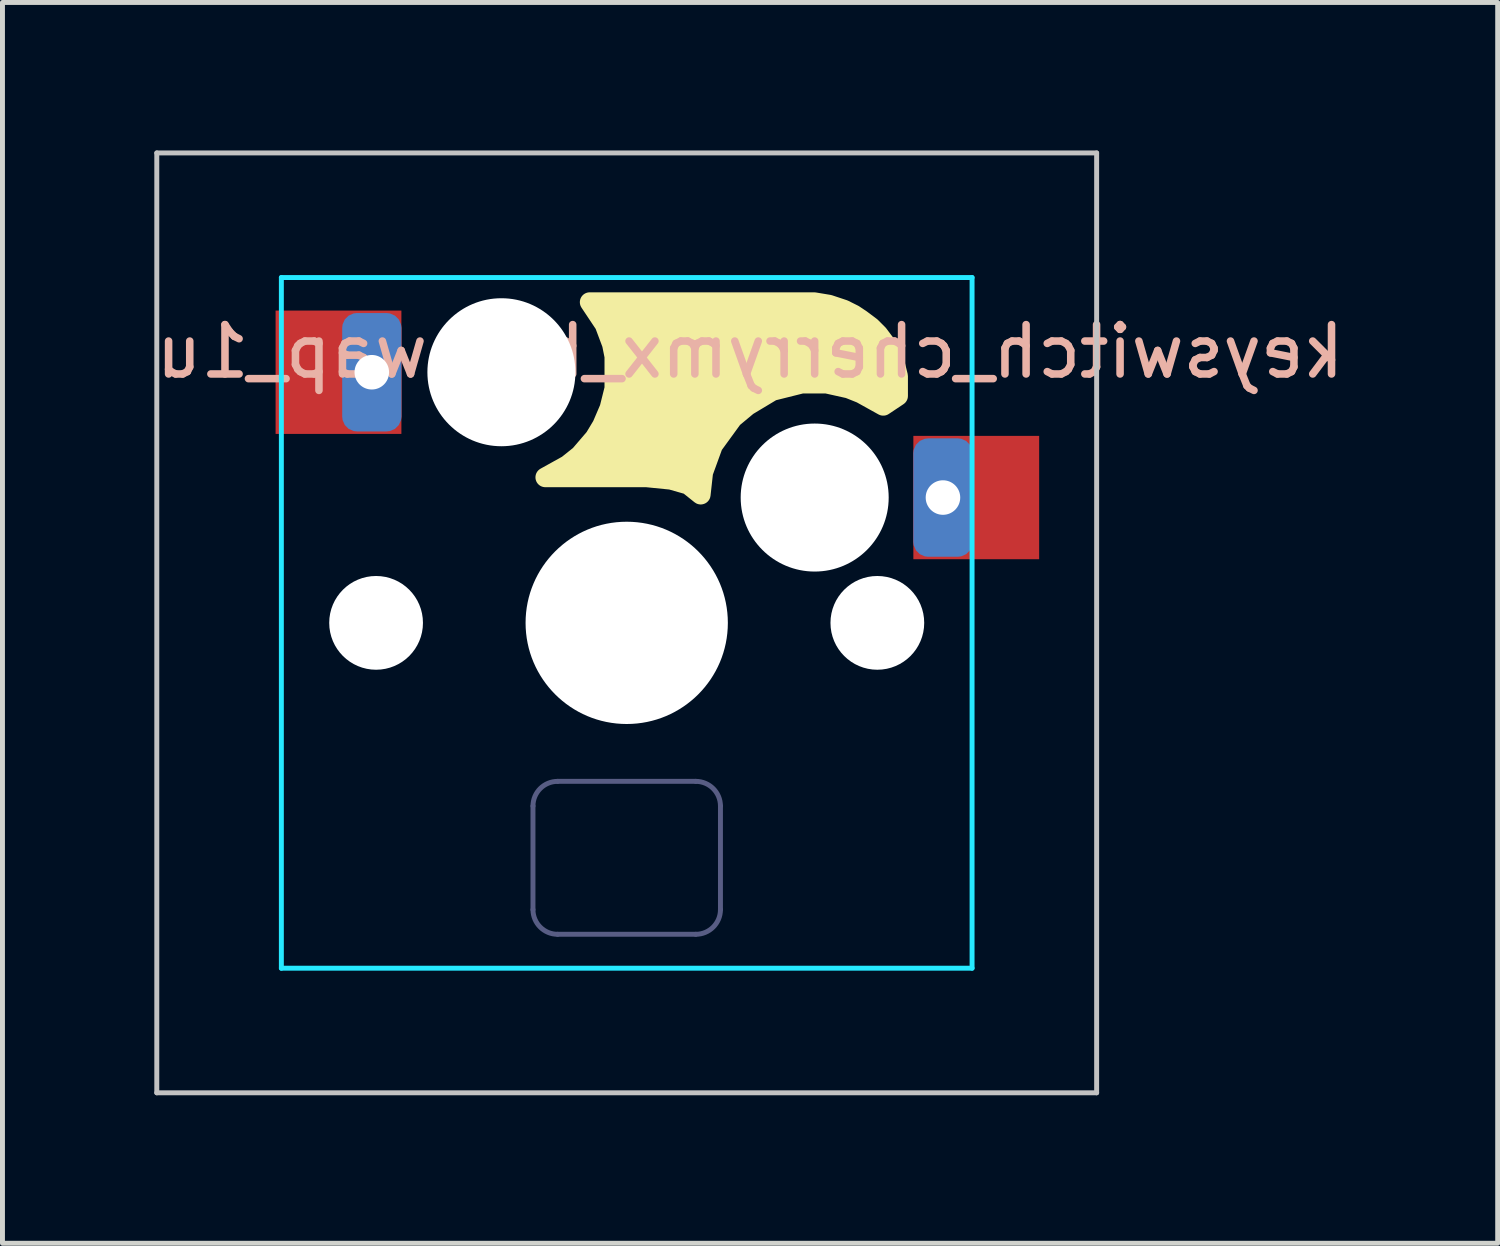
<source format=kicad_pcb>
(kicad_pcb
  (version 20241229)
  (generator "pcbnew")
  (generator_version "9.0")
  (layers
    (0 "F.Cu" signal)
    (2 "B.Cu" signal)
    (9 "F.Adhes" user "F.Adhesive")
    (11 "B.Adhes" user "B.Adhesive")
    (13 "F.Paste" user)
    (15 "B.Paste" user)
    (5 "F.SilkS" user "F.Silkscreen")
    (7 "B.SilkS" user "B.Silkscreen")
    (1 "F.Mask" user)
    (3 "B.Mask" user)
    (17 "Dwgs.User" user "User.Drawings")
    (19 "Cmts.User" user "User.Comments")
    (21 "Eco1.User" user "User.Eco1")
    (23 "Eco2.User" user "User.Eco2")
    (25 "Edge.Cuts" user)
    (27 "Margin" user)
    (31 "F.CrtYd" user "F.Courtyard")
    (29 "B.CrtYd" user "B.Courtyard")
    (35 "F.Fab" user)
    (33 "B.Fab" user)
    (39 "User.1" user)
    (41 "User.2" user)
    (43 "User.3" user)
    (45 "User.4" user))
  (footprint "keyswitch_cherrymx_hotswap_1u"
    (layer "F.Cu")
    (at 9.653 9.575)
    (property "Reference" "keyswitch_cherrymx_hotswap_1u" (at 2.5 -5.5 0) (layer "B.SilkS") (effects (font (size 1 1) (thickness 0.153) (bold yes)) (justify mirror)))
    (attr through_hole)
    (fp_poly (pts (xy 3.6 -6.5) (xy 3.8 -6.5) (xy 4.1 -6.45) (xy 4.4 -6.35) (xy 4.6 -6.25) (xy 4.75 -6.15) (xy 4.95 -6) (xy 5.1 -5.85) (xy 5.25 -5.65) (xy 5.4 -5.4) (xy 5.5 -5) (xy 5.5 -4.6) (xy 5.35 -4.5) (xy 5.2 -4.4) (xy 4.75 -4.65) (xy 4.5 -4.75) (xy 4.05 -4.85) (xy 3.55 -4.85) (xy 2.95 -4.7) (xy 2.45 -4.4) (xy 2.15 -4.15) (xy 1.75 -3.6) (xy 1.55 -3.05) (xy 1.5 -2.6) (xy 1.25 -2.8) (xy 0.9 -2.9) (xy 0.4 -2.95) (xy -1.65 -2.95) (xy -1.2 -3.2) (xy -0.95 -3.4) (xy -0.65 -3.75) (xy -0.5 -4) (xy -0.35 -4.35) (xy -0.25 -4.75) (xy -0.25 -5.05) (xy -0.25 -5.4) (xy -0.3 -5.65) (xy -0.45 -6.05) (xy -0.75 -6.5)) (stroke (width 0.4) (type solid)) (fill yes) (layer "F.SilkS"))
    (fp_line (start -9.525 -9.525) (end -9.525 9.525) (stroke (width 0.1) (type solid)) (layer "Dwgs.User"))
    (fp_line (start -9.525 9.525) (end 9.525 9.525) (stroke (width 0.1) (type solid)) (layer "Dwgs.User"))
    (fp_line (start 9.525 -9.525) (end -9.525 -9.525) (stroke (width 0.1) (type solid)) (layer "Dwgs.User"))
    (fp_line (start 9.525 9.525) (end 9.525 -9.525) (stroke (width 0.1) (type solid)) (layer "Dwgs.User"))
    (fp_line (start -7 7) (end -7 -7) (stroke (width 0.1) (type default)) (layer "B.CrtYd"))
    (fp_line (start 7 -7) (end -7 -7) (stroke (width 0.1) (type default)) (layer "B.CrtYd"))
    (fp_line (start 7 -7) (end 7 7) (stroke (width 0.1) (type default)) (layer "B.CrtYd"))
    (fp_line (start 7 7) (end -7 7) (stroke (width 0.1) (type default)) (layer "B.CrtYd"))
    (fp_line (start -1.9 3.712) (end -1.9 5.812) (stroke (width 0.1) (type default)) (layer "B.Fab"))
    (fp_line (start 1.4 3.212) (end -1.4 3.212) (stroke (width 0.1) (type default)) (layer "B.Fab"))
    (fp_line (start 1.4 6.312) (end -1.4 6.312) (stroke (width 0.1) (type default)) (layer "B.Fab"))
    (fp_line (start 1.9 3.712) (end 1.9 5.812) (stroke (width 0.1) (type default)) (layer "B.Fab"))
    (fp_arc (start -1.9 3.7125) (mid -1.753553 3.358947) (end -1.4 3.2125) (stroke (width 0.1) (type default)) (layer "B.Fab"))
    (fp_arc (start -1.4 6.3125) (mid -1.753553 6.166053) (end -1.9 5.8125) (stroke (width 0.1) (type default)) (layer "B.Fab"))
    (fp_arc (start 1.4 3.2125) (mid 1.753553 3.358947) (end 1.9 3.7125) (stroke (width 0.1) (type default)) (layer "B.Fab"))
    (fp_arc (start 1.9 5.8125) (mid 1.753553 6.166053) (end 1.4 6.3125) (stroke (width 0.1) (type default)) (layer "B.Fab"))
    (pad "" np_thru_hole circle (at -5.08 0) (size 1.9 1.9) (drill 1.9) (layers "*.Cu" "*.Mask"))
    (pad "" np_thru_hole circle (at -2.54 -5.08) (size 3 3) (drill 3) (layers "*.Cu" "*.Mask"))
    (pad "" np_thru_hole circle (at 0 0 270) (size 4.1 4.1) (drill 4.1) (layers "*.Cu" "*.Mask"))
    (pad "" np_thru_hole circle (at 3.81 -2.54) (size 3 3) (drill 3) (layers "*.Cu" "*.Mask"))
    (pad "" np_thru_hole circle (at 5.08 0) (size 1.9 1.9) (drill 1.9) (layers "*.Cu" "*.Mask"))
    (pad "1" thru_hole roundrect (at 6.41 -2.54) (size 1.2 2.4) (drill 0.7) (layers "*.Cu" "F.Paste") (roundrect_rratio 0.25))
    (pad "1" smd rect (at 7.085 -2.54 180) (size 2.55 2.5) (layers "F.Cu" "F.Mask" "F.Paste"))
    (pad "2" smd rect (at -5.842 -5.08 180) (size 2.55 2.5) (layers "F.Cu" "F.Mask" "F.Paste"))
    (pad "2" thru_hole roundrect (at -5.167 -5.08) (size 1.2 2.4) (drill 0.7) (layers "*.Cu" "F.Paste") (roundrect_rratio 0.25)))
  (gr_rect
    (start -3 -3)
    (end 27.307 22.15)
    (stroke (width 0.1) (type default))
    (fill no)
    (layer "Edge.Cuts")))
</source>
